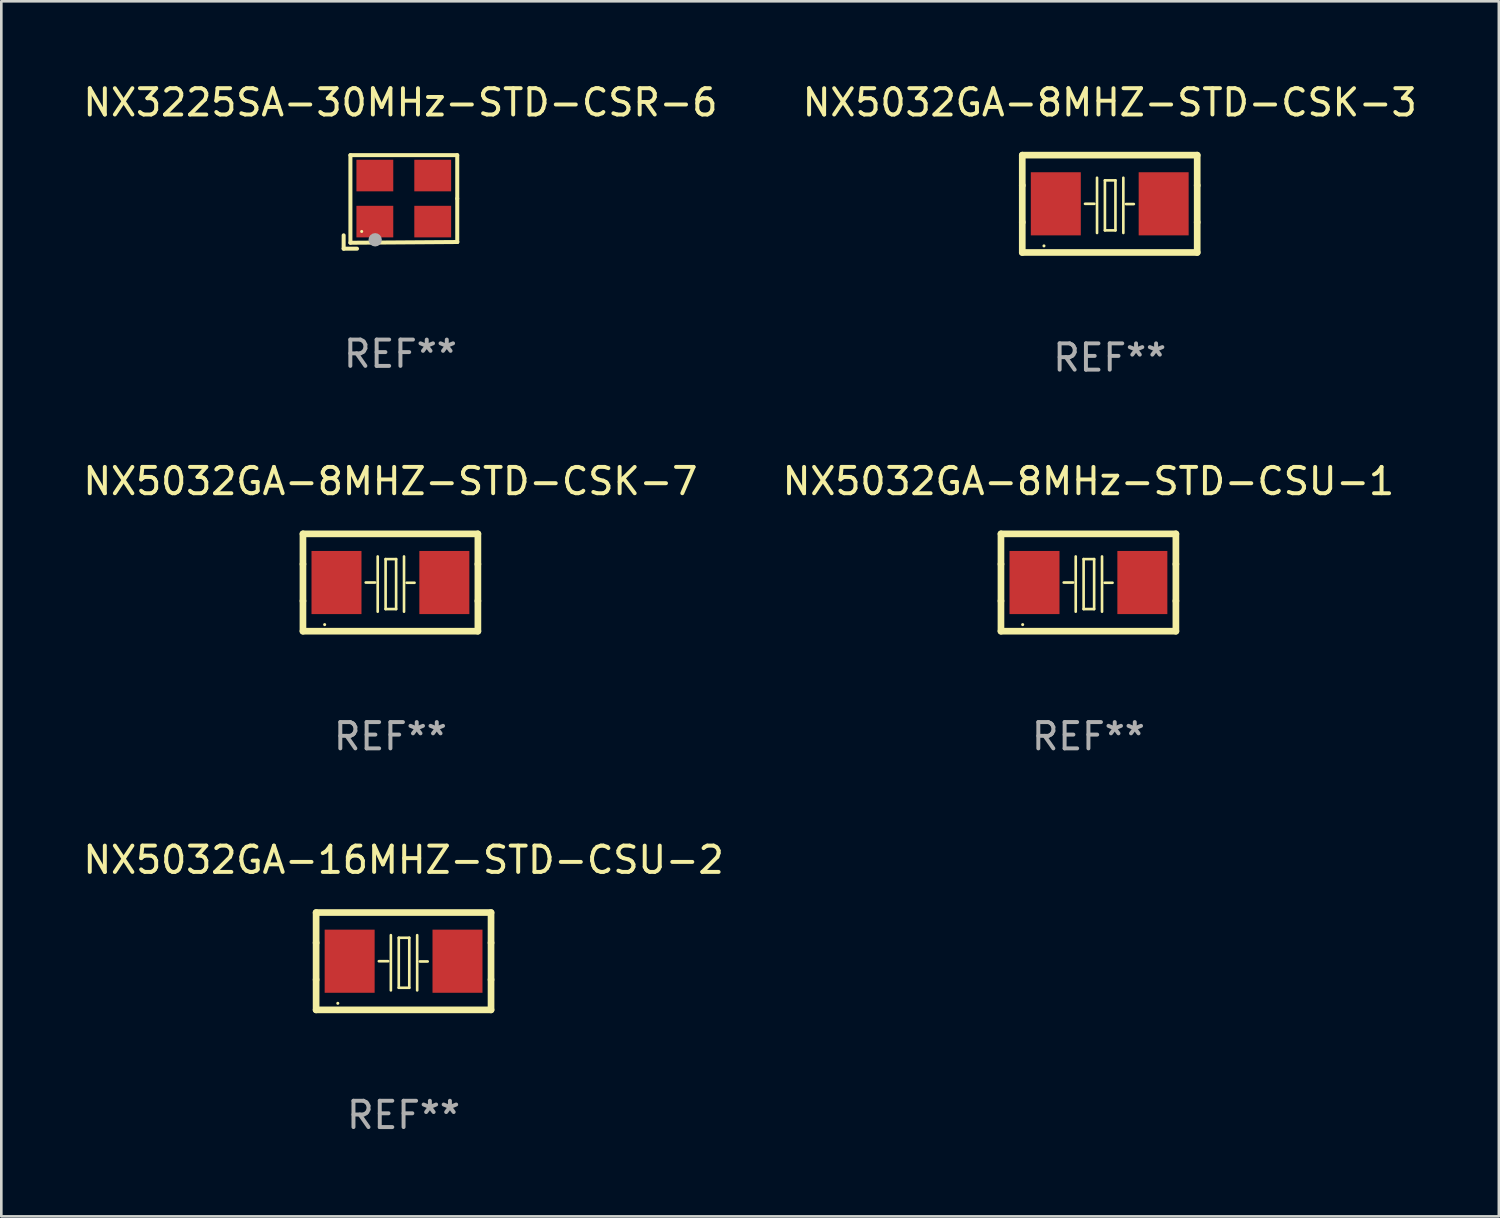
<source format=kicad_pcb>
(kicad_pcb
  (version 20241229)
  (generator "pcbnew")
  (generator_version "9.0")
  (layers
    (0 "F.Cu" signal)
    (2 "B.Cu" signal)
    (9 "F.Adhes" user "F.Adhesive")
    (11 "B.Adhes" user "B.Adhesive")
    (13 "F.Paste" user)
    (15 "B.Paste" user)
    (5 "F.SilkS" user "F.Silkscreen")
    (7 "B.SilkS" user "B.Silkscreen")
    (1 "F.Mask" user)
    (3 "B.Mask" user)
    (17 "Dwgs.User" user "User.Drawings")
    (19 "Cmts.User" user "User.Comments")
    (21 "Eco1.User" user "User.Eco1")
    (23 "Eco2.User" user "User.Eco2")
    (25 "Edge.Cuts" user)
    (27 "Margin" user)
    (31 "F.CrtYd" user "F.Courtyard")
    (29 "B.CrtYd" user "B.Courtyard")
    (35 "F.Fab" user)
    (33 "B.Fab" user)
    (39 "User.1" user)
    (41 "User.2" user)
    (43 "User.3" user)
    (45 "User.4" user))
  (footprint "NX5032GA-16MHZ-STD-CSU-2"
    (layer "F.Cu")
    (at 12.292 33.491)
    (property "Reference" "NX5032GA-16MHZ-STD-CSU-2" (at 0 -3.85 0) (layer "F.SilkS") (effects (font (size 1 1) (thickness 0.15))))
    (attr through_hole)
    (fp_line (start -3.325 0.7) (end -3.325 -0.7) (stroke (width 0.254) (type solid)) (layer "F.SilkS"))
    (fp_line (start -3.325 -1.85) (end 3.325 -1.85) (stroke (width 0.254) (type solid)) (layer "F.SilkS"))
    (fp_line (start -3.325 -0.7) (end -3.325 -1.85) (stroke (width 0.254) (type solid)) (layer "F.SilkS"))
    (fp_line (start -3.325 1.85) (end -3.325 0.7) (stroke (width 0.254) (type solid)) (layer "F.SilkS"))
    (fp_line (start -0.94 -0.000127) (end -0.584 -0.000127) (stroke (width 0.1) (type solid)) (layer "F.SilkS"))
    (fp_line (start -0.483 -0.991) (end -0.483 1.109) (stroke (width 0.1) (type solid)) (layer "F.SilkS"))
    (fp_line (start -0.183 -0.891) (end -0.183 1.009) (stroke (width 0.1) (type solid)) (layer "F.SilkS"))
    (fp_line (start -0.183 1.009) (end 0.217 1.009) (stroke (width 0.1) (type solid)) (layer "F.SilkS"))
    (fp_line (start 0.217 -0.891) (end -0.183 -0.891) (stroke (width 0.1) (type solid)) (layer "F.SilkS"))
    (fp_line (start 0.217 1.009) (end 0.217 -0.891) (stroke (width 0.1) (type solid)) (layer "F.SilkS"))
    (fp_line (start 0.517 -0.991) (end 0.517 1.109) (stroke (width 0.1) (type solid)) (layer "F.SilkS"))
    (fp_line (start 0.617 0.009) (end 0.917 0.009) (stroke (width 0.1) (type solid)) (layer "F.SilkS"))
    (fp_line (start 3.325 -1.85) (end 3.325 -0.7) (stroke (width 0.254) (type solid)) (layer "F.SilkS"))
    (fp_line (start 3.325 0.7) (end 3.325 1.85) (stroke (width 0.254) (type solid)) (layer "F.SilkS"))
    (fp_line (start 3.325 1.85) (end -3.325 1.85) (stroke (width 0.254) (type solid)) (layer "F.SilkS"))
    (fp_line (start 3.325 -0.7) (end 3.325 0.7) (stroke (width 0.254) (type solid)) (layer "F.SilkS"))
    (fp_circle (center -2.5 1.6) (end -2.47 1.6) (stroke (width 0.06) (type solid)) (fill no) (layer "F.SilkS"))
    (fp_text user "REF**" (at 0 5.85 0) (layer "F.Fab") (effects (font (size 1 1) (thickness 0.15))))
    (pad "1" smd rect (at -2.05 -0.000203) (size 1.9 2.4) (layers "F.Cu" "F.Mask" "F.Paste"))
    (pad "2" smd rect (at 2.05 -0.000203) (size 1.9 2.4) (layers "F.Cu" "F.Mask" "F.Paste")))
  (footprint "NX3225SA-30MHz-STD-CSR-6"
    (layer "F.Cu")
    (at 12.173 4.626)
    (property "Reference" "NX3225SA-30MHz-STD-CSR-6" (at 0 -3.778 0) (layer "F.SilkS") (effects (font (size 1 1) (thickness 0.15))))
    (attr through_hole)
    (fp_line (start -2.159 1.27) (end -2.159 1.778) (stroke (width 0.152) (type solid)) (layer "F.SilkS"))
    (fp_line (start -2.159 1.778) (end -1.651 1.778) (stroke (width 0.152) (type solid)) (layer "F.SilkS"))
    (fp_line (start -1.902 -1.778) (end 2.159 -1.778) (stroke (width 0.152) (type solid)) (layer "F.SilkS"))
    (fp_line (start -1.902 1.552) (end -1.902 -1.778) (stroke (width 0.152) (type solid)) (layer "F.SilkS"))
    (fp_line (start 2.159 -1.778) (end 2.159 -0.127) (stroke (width 0.152) (type solid)) (layer "F.SilkS"))
    (fp_line (start 2.159 -0.127) (end 2.159 1.524) (stroke (width 0.152) (type solid)) (layer "F.SilkS"))
    (fp_line (start 2.159 1.524) (end -1.902 1.552) (stroke (width 0.152) (type solid)) (layer "F.SilkS"))
    (fp_line (start 2.159 1.524) (end 2.159 1.524) (stroke (width 0.152) (type solid)) (layer "F.SilkS"))
    (fp_circle (center -1.473 1.123) (end -1.443 1.123) (stroke (width 0.06) (type solid)) (fill no) (layer "F.SilkS"))
    (fp_circle (center -0.961 1.44) (end -0.834 1.44) (stroke (width 0.254) (type solid)) (fill no) (layer "F.Fab"))
    (fp_text user "REF**" (at 0 5.778 0) (layer "F.Fab") (effects (font (size 1 1) (thickness 0.15))))
    (pad "1" smd rect (at -0.973 0.748) (size 1.4 1.2) (layers "F.Cu" "F.Mask" "F.Paste"))
    (pad "2" smd rect (at 1.227 0.748) (size 1.4 1.2) (layers "F.Cu" "F.Mask" "F.Paste"))
    (pad "3" smd rect (at 1.227 -1.002) (size 1.4 1.2) (layers "F.Cu" "F.Mask" "F.Paste"))
    (pad "4" smd rect (at -0.973 -1.002) (size 1.4 1.2) (layers "F.Cu" "F.Mask" "F.Paste")))
  (footprint "NX5032GA-8MHZ-STD-CSK-3"
    (layer "F.Cu")
    (at 39.137 4.698)
    (property "Reference" "NX5032GA-8MHZ-STD-CSK-3" (at 0 -3.85 0) (layer "F.SilkS") (effects (font (size 1 1) (thickness 0.15))))
    (attr through_hole)
    (fp_line (start -3.325 0.7) (end -3.325 -0.7) (stroke (width 0.254) (type solid)) (layer "F.SilkS"))
    (fp_line (start -3.325 -1.85) (end 3.325 -1.85) (stroke (width 0.254) (type solid)) (layer "F.SilkS"))
    (fp_line (start -3.325 -0.7) (end -3.325 -1.85) (stroke (width 0.254) (type solid)) (layer "F.SilkS"))
    (fp_line (start -3.325 1.85) (end -3.325 0.7) (stroke (width 0.254) (type solid)) (layer "F.SilkS"))
    (fp_line (start -0.94 -0.000127) (end -0.584 -0.000127) (stroke (width 0.1) (type solid)) (layer "F.SilkS"))
    (fp_line (start -0.483 -0.991) (end -0.483 1.109) (stroke (width 0.1) (type solid)) (layer "F.SilkS"))
    (fp_line (start -0.183 -0.891) (end -0.183 1.009) (stroke (width 0.1) (type solid)) (layer "F.SilkS"))
    (fp_line (start -0.183 1.009) (end 0.217 1.009) (stroke (width 0.1) (type solid)) (layer "F.SilkS"))
    (fp_line (start 0.217 -0.891) (end -0.183 -0.891) (stroke (width 0.1) (type solid)) (layer "F.SilkS"))
    (fp_line (start 0.217 1.009) (end 0.217 -0.891) (stroke (width 0.1) (type solid)) (layer "F.SilkS"))
    (fp_line (start 0.517 -0.991) (end 0.517 1.109) (stroke (width 0.1) (type solid)) (layer "F.SilkS"))
    (fp_line (start 0.617 0.009) (end 0.917 0.009) (stroke (width 0.1) (type solid)) (layer "F.SilkS"))
    (fp_line (start 3.325 -1.85) (end 3.325 -0.7) (stroke (width 0.254) (type solid)) (layer "F.SilkS"))
    (fp_line (start 3.325 0.7) (end 3.325 1.85) (stroke (width 0.254) (type solid)) (layer "F.SilkS"))
    (fp_line (start 3.325 1.85) (end -3.325 1.85) (stroke (width 0.254) (type solid)) (layer "F.SilkS"))
    (fp_line (start 3.325 -0.7) (end 3.325 0.7) (stroke (width 0.254) (type solid)) (layer "F.SilkS"))
    (fp_circle (center -2.5 1.6) (end -2.47 1.6) (stroke (width 0.06) (type solid)) (fill no) (layer "F.SilkS"))
    (fp_text user "REF**" (at 0 5.85 0) (layer "F.Fab") (effects (font (size 1 1) (thickness 0.15))))
    (pad "1" smd rect (at -2.05 -0.000203) (size 1.9 2.4) (layers "F.Cu" "F.Mask" "F.Paste"))
    (pad "2" smd rect (at 2.05 -0.000203) (size 1.9 2.4) (layers "F.Cu" "F.Mask" "F.Paste")))
  (footprint "NX5032GA-8MHz-STD-CSU-1"
    (layer "F.Cu")
    (at 38.327 19.095)
    (property "Reference" "NX5032GA-8MHz-STD-CSU-1" (at 0 -3.85 0) (layer "F.SilkS") (effects (font (size 1 1) (thickness 0.15))))
    (attr through_hole)
    (fp_line (start -3.325 0.7) (end -3.325 -0.7) (stroke (width 0.254) (type solid)) (layer "F.SilkS"))
    (fp_line (start -3.325 -1.85) (end 3.325 -1.85) (stroke (width 0.254) (type solid)) (layer "F.SilkS"))
    (fp_line (start -3.325 -0.7) (end -3.325 -1.85) (stroke (width 0.254) (type solid)) (layer "F.SilkS"))
    (fp_line (start -3.325 1.85) (end -3.325 0.7) (stroke (width 0.254) (type solid)) (layer "F.SilkS"))
    (fp_line (start -0.94 -0.000127) (end -0.584 -0.000127) (stroke (width 0.1) (type solid)) (layer "F.SilkS"))
    (fp_line (start -0.483 -0.991) (end -0.483 1.109) (stroke (width 0.1) (type solid)) (layer "F.SilkS"))
    (fp_line (start -0.183 -0.891) (end -0.183 1.009) (stroke (width 0.1) (type solid)) (layer "F.SilkS"))
    (fp_line (start -0.183 1.009) (end 0.217 1.009) (stroke (width 0.1) (type solid)) (layer "F.SilkS"))
    (fp_line (start 0.217 -0.891) (end -0.183 -0.891) (stroke (width 0.1) (type solid)) (layer "F.SilkS"))
    (fp_line (start 0.217 1.009) (end 0.217 -0.891) (stroke (width 0.1) (type solid)) (layer "F.SilkS"))
    (fp_line (start 0.517 -0.991) (end 0.517 1.109) (stroke (width 0.1) (type solid)) (layer "F.SilkS"))
    (fp_line (start 0.617 0.009) (end 0.917 0.009) (stroke (width 0.1) (type solid)) (layer "F.SilkS"))
    (fp_line (start 3.325 -1.85) (end 3.325 -0.7) (stroke (width 0.254) (type solid)) (layer "F.SilkS"))
    (fp_line (start 3.325 0.7) (end 3.325 1.85) (stroke (width 0.254) (type solid)) (layer "F.SilkS"))
    (fp_line (start 3.325 1.85) (end -3.325 1.85) (stroke (width 0.254) (type solid)) (layer "F.SilkS"))
    (fp_line (start 3.325 -0.7) (end 3.325 0.7) (stroke (width 0.254) (type solid)) (layer "F.SilkS"))
    (fp_circle (center -2.5 1.6) (end -2.47 1.6) (stroke (width 0.06) (type solid)) (fill no) (layer "F.SilkS"))
    (fp_text user "REF**" (at 0 5.85 0) (layer "F.Fab") (effects (font (size 1 1) (thickness 0.15))))
    (pad "1" smd rect (at -2.05 -0.000203) (size 1.9 2.4) (layers "F.Cu" "F.Mask" "F.Paste"))
    (pad "2" smd rect (at 2.05 -0.000203) (size 1.9 2.4) (layers "F.Cu" "F.Mask" "F.Paste")))
  (footprint "NX5032GA-8MHZ-STD-CSK-7"
    (layer "F.Cu")
    (at 11.792 19.095)
    (property "Reference" "NX5032GA-8MHZ-STD-CSK-7" (at 0 -3.85 0) (layer "F.SilkS") (effects (font (size 1 1) (thickness 0.15))))
    (attr through_hole)
    (fp_line (start -3.325 0.7) (end -3.325 -0.7) (stroke (width 0.254) (type solid)) (layer "F.SilkS"))
    (fp_line (start -3.325 -1.85) (end 3.325 -1.85) (stroke (width 0.254) (type solid)) (layer "F.SilkS"))
    (fp_line (start -3.325 -0.7) (end -3.325 -1.85) (stroke (width 0.254) (type solid)) (layer "F.SilkS"))
    (fp_line (start -3.325 1.85) (end -3.325 0.7) (stroke (width 0.254) (type solid)) (layer "F.SilkS"))
    (fp_line (start -0.94 -0.000127) (end -0.584 -0.000127) (stroke (width 0.1) (type solid)) (layer "F.SilkS"))
    (fp_line (start -0.483 -0.991) (end -0.483 1.109) (stroke (width 0.1) (type solid)) (layer "F.SilkS"))
    (fp_line (start -0.183 -0.891) (end -0.183 1.009) (stroke (width 0.1) (type solid)) (layer "F.SilkS"))
    (fp_line (start -0.183 1.009) (end 0.217 1.009) (stroke (width 0.1) (type solid)) (layer "F.SilkS"))
    (fp_line (start 0.217 -0.891) (end -0.183 -0.891) (stroke (width 0.1) (type solid)) (layer "F.SilkS"))
    (fp_line (start 0.217 1.009) (end 0.217 -0.891) (stroke (width 0.1) (type solid)) (layer "F.SilkS"))
    (fp_line (start 0.517 -0.991) (end 0.517 1.109) (stroke (width 0.1) (type solid)) (layer "F.SilkS"))
    (fp_line (start 0.617 0.009) (end 0.917 0.009) (stroke (width 0.1) (type solid)) (layer "F.SilkS"))
    (fp_line (start 3.325 -1.85) (end 3.325 -0.7) (stroke (width 0.254) (type solid)) (layer "F.SilkS"))
    (fp_line (start 3.325 0.7) (end 3.325 1.85) (stroke (width 0.254) (type solid)) (layer "F.SilkS"))
    (fp_line (start 3.325 1.85) (end -3.325 1.85) (stroke (width 0.254) (type solid)) (layer "F.SilkS"))
    (fp_line (start 3.325 -0.7) (end 3.325 0.7) (stroke (width 0.254) (type solid)) (layer "F.SilkS"))
    (fp_circle (center -2.5 1.6) (end -2.47 1.6) (stroke (width 0.06) (type solid)) (fill no) (layer "F.SilkS"))
    (fp_text user "REF**" (at 0 5.85 0) (layer "F.Fab") (effects (font (size 1 1) (thickness 0.15))))
    (pad "1" smd rect (at -2.05 -0.000127) (size 1.9 2.4) (layers "F.Cu" "F.Mask" "F.Paste"))
    (pad "2" smd rect (at 2.05 -0.000127) (size 1.9 2.4) (layers "F.Cu" "F.Mask" "F.Paste")))
  (gr_rect
    (start -3 -3)
    (end 53.929 43.19)
    (stroke (width 0.1) (type default))
    (fill no)
    (layer "Edge.Cuts")))
</source>
